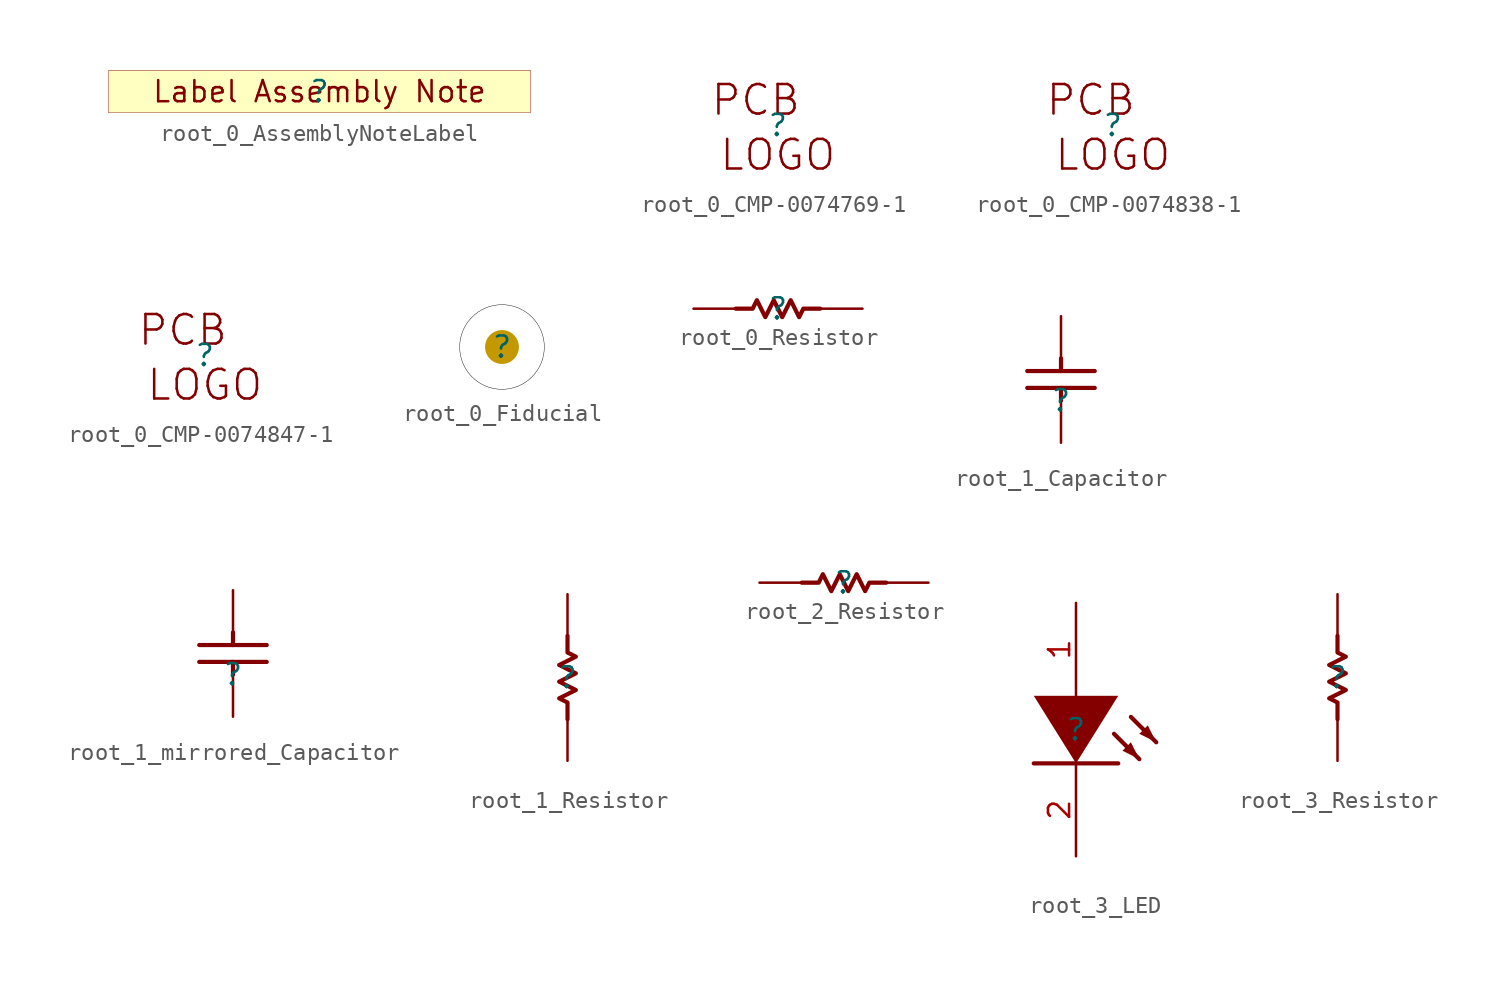
<source format=kicad_sym>
(kicad_symbol_lib
  (version 20231120)
  (generator "kicad_symbol_editor")
  (generator_version "8.0")
  (symbol "root_0_AssemblyNoteLabel"
    (property "Reference" ""
      (at 0 0 0)
      (effects (font (size 1.27 1.27))))
    (property "Value" ""
      (at 0 0 0)
      (effects (font (size 1.27 1.27))))
    (symbol "root_0_AssemblyNoteLabel_1_0"
      (rectangle (start 12.7 1.27) (end -12.7 -1.27) (stroke (width 0.025) (type solid) (color 128 0 0 1)) (fill (type background)))
      (text "Label Assembly Note" (at 0 0 0) (effects (font (size 1.27 1.27))))))
  (symbol "root_0_CMP-0074769-1"
    (property "Reference" ""
      (at 0 0 0)
      (effects (font (size 1.27 1.27))))
    (property "Value" ""
      (at 0 0 0)
      (effects (font (size 1.27 1.27))))
    (symbol "root_0_CMP-0074769-1_1_0"
      (text "LOGO" (at 0 -1.778 0) (effects (font (size 1.778 1.778))))
      (text "PCB" (at -1.328 1.524 0) (effects (font (size 1.778 1.778))))))
  (symbol "root_0_CMP-0074838-1"
    (property "Reference" ""
      (at 0 0 0)
      (effects (font (size 1.27 1.27))))
    (property "Value" ""
      (at 0 0 0)
      (effects (font (size 1.27 1.27))))
    (symbol "root_0_CMP-0074838-1_1_0"
      (text "LOGO" (at 0 -1.778 0) (effects (font (size 1.778 1.778))))
      (text "PCB" (at -1.328 1.524 0) (effects (font (size 1.778 1.778))))))
  (symbol "root_0_CMP-0074847-1"
    (property "Reference" ""
      (at 0 0 0)
      (effects (font (size 1.27 1.27))))
    (property "Value" ""
      (at 0 0 0)
      (effects (font (size 1.27 1.27))))
    (symbol "root_0_CMP-0074847-1_1_0"
      (text "LOGO" (at 0 -1.778 0) (effects (font (size 1.778 1.778))))
      (text "PCB" (at -1.328 1.524 0) (effects (font (size 1.778 1.778))))))
  (symbol "root_0_Fiducial"
    (property "Reference" ""
      (at 0 0 0)
      (effects (font (size 1.27 1.27))))
    (property "Value" ""
      (at 0 0 0)
      (effects (font (size 1.27 1.27))))
    (symbol "root_0_Fiducial_1_0"
      (circle (center 0 0) (radius 1.016) (stroke (width -0.0001) (type solid) (color 195 152 0 1)) (fill (type outline)))
      (circle (center 0 0) (radius 2.54) (stroke (width 0.025) (type solid) (color 0 0 0 1)) (fill (type color) (color 255 255 255 1)))))
  (symbol "root_0_Resistor"
    (property "Reference" ""
      (at 0 0 0)
      (effects (font (size 1.27 1.27))))
    (property "Value" ""
      (at 0 0 0)
      (effects (font (size 1.27 1.27))))
    (symbol "root_0_Resistor_1_0"
      (polyline (pts (xy 2.54 0) (xy 1.524 0) (xy 1.27 -0.508) (xy 0.762 0.508) (xy 0.254 -0.508) (xy -0.254 0.508) (xy -0.762 -0.508) (xy -1.27 0.508) (xy -1.524 0) (xy -2.54 0)) (stroke (width 0.254) (type solid)) (fill (type none)))
      (pin passive line (at -5.08 0 0) (length 2.54) (name "1" (effects (font (size 0 0)))) (number "1" (effects (font (size 0 0)))))
      (pin passive line (at 5.08 0 180) (length 2.54) (name "2" (effects (font (size 0 0)))) (number "2" (effects (font (size 0 0)))))))
  (symbol "root_1_Capacitor"
    (property "Reference" ""
      (at 0 0 0)
      (effects (font (size 1.27 1.27))))
    (property "Value" ""
      (at 0 0 0)
      (effects (font (size 1.27 1.27))))
    (symbol "root_1_Capacitor_1_0"
      (polyline (pts (xy -2.032 0.762) (xy 2.032 0.762)) (stroke (width 0.254) (type solid)) (fill (type none)))
      (polyline (pts (xy -2.032 1.778) (xy 2.032 1.778)) (stroke (width 0.254) (type solid)) (fill (type none)))
      (polyline (pts (xy 0 0) (xy 0 0.762)) (stroke (width 0.254) (type solid)) (fill (type none)))
      (polyline (pts (xy 0 2.54) (xy 0 1.778)) (stroke (width 0.254) (type solid)) (fill (type none)))
      (pin passive line (at 0 5.08 270) (length 2.54) (name "1" (effects (font (size 0 0)))) (number "1" (effects (font (size 0 0)))))
      (pin passive line (at 0 -2.54 90) (length 2.54) (name "2" (effects (font (size 0 0)))) (number "2" (effects (font (size 0 0)))))))
  (symbol "root_1_mirrored_Capacitor"
    (property "Reference" ""
      (at 0 0 0)
      (effects (font (size 1.27 1.27))))
    (property "Value" ""
      (at 0 0 0)
      (effects (font (size 1.27 1.27))))
    (symbol "root_1_mirrored_Capacitor_1_0"
      (polyline (pts (xy 0 0) (xy 0 0.762)) (stroke (width 0.254) (type solid)) (fill (type none)))
      (polyline (pts (xy 0 2.54) (xy 0 1.778)) (stroke (width 0.254) (type solid)) (fill (type none)))
      (polyline (pts (xy 2.032 0.762) (xy -2.032 0.762)) (stroke (width 0.254) (type solid)) (fill (type none)))
      (polyline (pts (xy 2.032 1.778) (xy -2.032 1.778)) (stroke (width 0.254) (type solid)) (fill (type none)))
      (pin passive line (at 0 5.08 270) (length 2.54) (name "1" (effects (font (size 0 0)))) (number "1" (effects (font (size 0 0)))))
      (pin passive line (at 0 -2.54 90) (length 2.54) (name "2" (effects (font (size 0 0)))) (number "2" (effects (font (size 0 0)))))))
  (symbol "root_1_Resistor"
    (property "Reference" ""
      (at 0 0 0)
      (effects (font (size 1.27 1.27))))
    (property "Value" ""
      (at 0 0 0)
      (effects (font (size 1.27 1.27))))
    (symbol "root_1_Resistor_1_0"
      (polyline (pts (xy 0 2.54) (xy 0 1.524) (xy 0.508 1.27) (xy -0.508 0.762) (xy 0.508 0.254) (xy -0.508 -0.254) (xy 0.508 -0.762) (xy -0.508 -1.27) (xy 0 -1.524) (xy 0 -2.54)) (stroke (width 0.254) (type solid)) (fill (type none)))
      (pin passive line (at 0 -5.08 90) (length 2.54) (name "1" (effects (font (size 0 0)))) (number "1" (effects (font (size 0 0)))))
      (pin passive line (at 0 5.08 270) (length 2.54) (name "2" (effects (font (size 0 0)))) (number "2" (effects (font (size 0 0)))))))
  (symbol "root_2_Resistor"
    (property "Reference" ""
      (at 0 0 0)
      (effects (font (size 1.27 1.27))))
    (property "Value" ""
      (at 0 0 0)
      (effects (font (size 1.27 1.27))))
    (symbol "root_2_Resistor_1_0"
      (polyline (pts (xy -2.54 0) (xy -1.524 0) (xy -1.27 0.508) (xy -0.762 -0.508) (xy -0.254 0.508) (xy 0.254 -0.508) (xy 0.762 0.508) (xy 1.27 -0.508) (xy 1.524 0) (xy 2.54 0)) (stroke (width 0.254) (type solid)) (fill (type none)))
      (pin passive line (at 5.08 0 180) (length 2.54) (name "1" (effects (font (size 0 0)))) (number "1" (effects (font (size 0 0)))))
      (pin passive line (at -5.08 0 0) (length 2.54) (name "2" (effects (font (size 0 0)))) (number "2" (effects (font (size 0 0)))))))
  (symbol "root_3_LED"
    (property "Reference" ""
      (at 0 0 0)
      (effects (font (size 1.27 1.27))))
    (property "Value" ""
      (at 0 0 0)
      (effects (font (size 1.27 1.27))))
    (symbol "root_3_LED_1_0"
      (polyline (pts (xy 2.54 -2.032) (xy -2.54 -2.032)) (stroke (width 0.254) (type solid)) (fill (type none)))
      (polyline (pts (xy 3.81 -1.778) (xy 2.286 -0.254)) (stroke (width 0.254) (type solid)) (fill (type none)))
      (polyline (pts (xy 4.826 -0.762) (xy 3.302 0.762)) (stroke (width 0.254) (type solid)) (fill (type none)))
      (polyline (pts (xy 2.54 2.032) (xy 0 -2.032) (xy -2.54 2.032) (xy 2.54 2.032)) (stroke (width -0.0001) (type solid)) (fill (type outline)))
      (polyline (pts (xy 3.81 -1.778) (xy 3.302 -0.762) (xy 2.794 -1.27) (xy 3.81 -1.778)) (stroke (width -0.0001) (type solid)) (fill (type outline)))
      (polyline (pts (xy 4.826 -0.762) (xy 4.318 0.254) (xy 3.81 -0.254) (xy 4.826 -0.762)) (stroke (width -0.0001) (type solid)) (fill (type outline)))
      (pin passive line (at 0 7.62 270) (length 5.588) (name "A" (effects (font (size 0 0)))) (number "1" (effects (font (size 1.27 1.27)))))
      (pin passive line (at 0 -7.62 90) (length 5.588) (name "K" (effects (font (size 0 0)))) (number "2" (effects (font (size 1.27 1.27)))))))
  (symbol "root_3_Resistor"
    (property "Reference" ""
      (at 0 0 0)
      (effects (font (size 1.27 1.27))))
    (property "Value" ""
      (at 0 0 0)
      (effects (font (size 1.27 1.27))))
    (symbol "root_3_Resistor_1_0"
      (polyline (pts (xy 0 -2.54) (xy 0 -1.524) (xy -0.508 -1.27) (xy 0.508 -0.762) (xy -0.508 -0.254) (xy 0.508 0.254) (xy -0.508 0.762) (xy 0.508 1.27) (xy 0 1.524) (xy 0 2.54)) (stroke (width 0.254) (type solid)) (fill (type none)))
      (pin passive line (at 0 5.08 270) (length 2.54) (name "1" (effects (font (size 0 0)))) (number "1" (effects (font (size 0 0)))))
      (pin passive line (at 0 -5.08 90) (length 2.54) (name "2" (effects (font (size 0 0)))) (number "2" (effects (font (size 0 0))))))))
</source>
